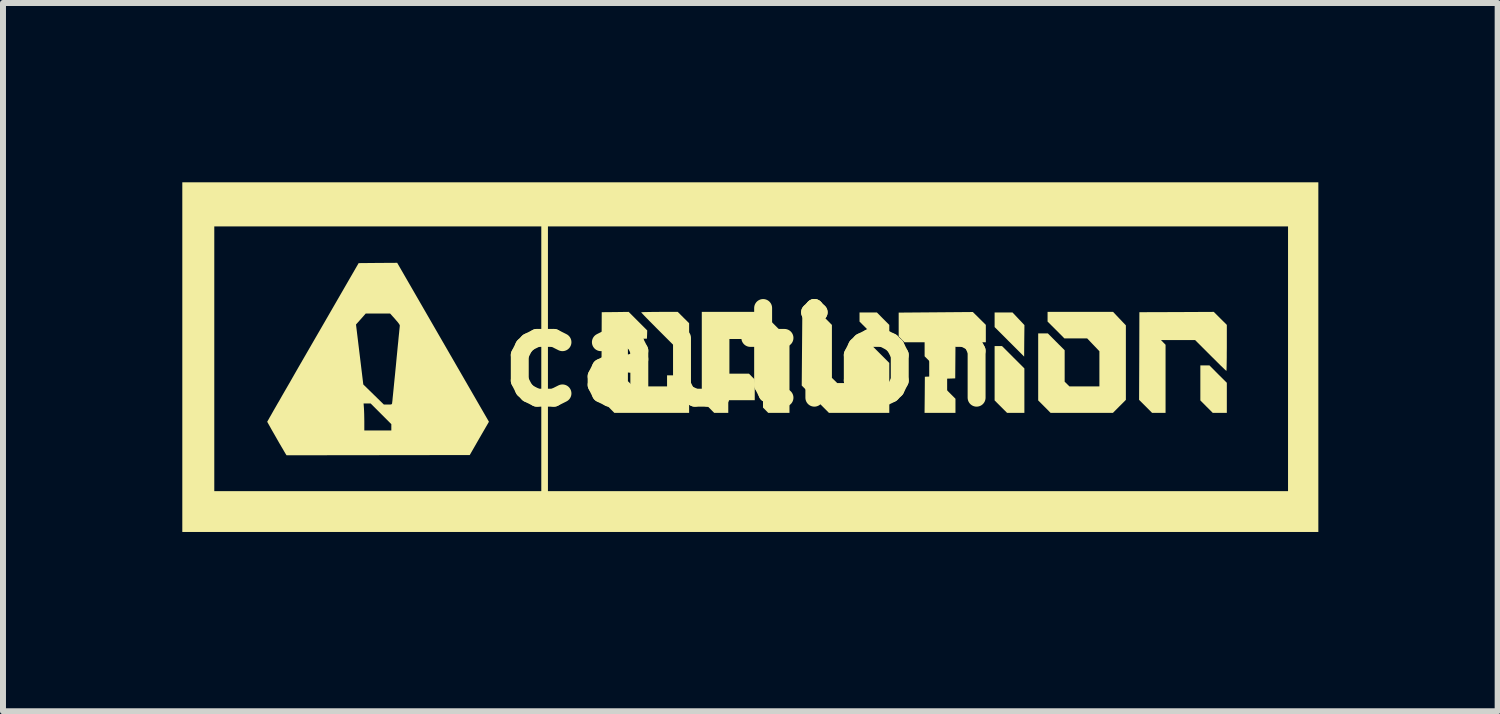
<source format=kicad_pcb>
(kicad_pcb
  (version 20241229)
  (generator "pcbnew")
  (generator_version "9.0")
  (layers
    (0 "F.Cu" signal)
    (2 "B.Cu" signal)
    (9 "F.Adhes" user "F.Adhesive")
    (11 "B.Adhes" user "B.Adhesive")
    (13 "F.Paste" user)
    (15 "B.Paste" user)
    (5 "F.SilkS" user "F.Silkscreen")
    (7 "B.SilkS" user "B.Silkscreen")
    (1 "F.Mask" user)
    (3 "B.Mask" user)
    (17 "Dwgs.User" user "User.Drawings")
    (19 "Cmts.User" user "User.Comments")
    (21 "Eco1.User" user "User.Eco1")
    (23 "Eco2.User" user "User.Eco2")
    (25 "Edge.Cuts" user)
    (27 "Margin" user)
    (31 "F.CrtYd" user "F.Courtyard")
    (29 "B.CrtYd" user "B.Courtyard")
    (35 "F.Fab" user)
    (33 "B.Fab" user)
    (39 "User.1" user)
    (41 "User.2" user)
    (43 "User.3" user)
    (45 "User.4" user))
  (footprint "caution"
    (layer "F.Cu")
    (at 9.503 2.925)
    (property "Reference" "caution" (at 0 0 0) (layer "F.SilkS") (effects (font (size 1.5 1.5) (thickness 0.3))))
    (attr board_only exclude_from_pos_files exclude_from_bom)
    (fp_poly (pts (xy 3.245 0.509) (xy 3.432 0.696) (xy 3.432 0.814) (xy 3.432 0.932) (xy 3.174 0.932) (xy 2.915 0.932) (xy 2.918 0.63) (xy 2.92 0.328) (xy 2.989 0.325) (xy 3.057 0.322)) (stroke (width 0) (type solid)) (fill yes) (layer "F.SilkS"))
    (fp_poly (pts (xy 4.237 -0.747) (xy 4.387 -0.747) (xy 4.486 -0.642) (xy 4.586 -0.536) (xy 4.583 -0.273) (xy 4.581 -0.009) (xy 4.334 -0.256) (xy 4.087 -0.503) (xy 4.087 -0.625) (xy 4.087 -0.747)) (stroke (width 0) (type solid)) (fill yes) (layer "F.SilkS"))
    (fp_poly (pts (xy 2.221 -0.643) (xy 2.325 -0.539) (xy 2.325 -0.39) (xy 2.325 -0.24) (xy 2.253 -0.24) (xy 2.182 -0.24) (xy 2.004 -0.418) (xy 1.827 -0.595) (xy 1.827 -0.671) (xy 1.827 -0.747) (xy 1.972 -0.747) (xy 2.118 -0.747)) (stroke (width 0) (type solid)) (fill yes) (layer "F.SilkS"))
    (fp_poly (pts (xy 4.398 0.002) (xy 4.585 0.189) (xy 4.585 0.56) (xy 4.585 0.932) (xy 4.44 0.932) (xy 4.295 0.932) (xy 4.191 0.828) (xy 4.087 0.724) (xy 4.087 0.27) (xy 4.087 -0.185) (xy 4.149 -0.185) (xy 4.211 -0.185)) (stroke (width 0) (type solid)) (fill yes) (layer "F.SilkS"))
    (fp_poly (pts (xy 7.826 0.284) (xy 7.972 0.429) (xy 7.972 0.681) (xy 7.972 0.932) (xy 7.854 0.932) (xy 7.736 0.932) (xy 7.632 0.828) (xy 7.529 0.724) (xy 7.529 0.431) (xy 7.529 0.138) (xy 7.605 0.138) (xy 7.681 0.138)) (stroke (width 0) (type solid)) (fill yes) (layer "F.SilkS"))
    (fp_poly (pts (xy -1.119 -0.662) (xy -1.024 -0.568) (xy -1.024 -0.339) (xy -1.024 -0.111) (xy -1.11 -0.111) (xy -1.195 -0.111) (xy -1.511 -0.427) (xy -1.574 -0.49) (xy -1.632 -0.549) (xy -1.686 -0.603) (xy -1.732 -0.65) (xy -1.771 -0.69) (xy -1.8 -0.721) (xy -1.819 -0.741) (xy -1.827 -0.75) (xy -1.827 -0.75) (xy -1.818 -0.751) (xy -1.793 -0.753) (xy -1.753 -0.754) (xy -1.702 -0.755) (xy -1.641 -0.756) (xy -1.572 -0.756) (xy -1.52 -0.757) (xy -1.214 -0.757)) (stroke (width 0) (type solid)) (fill yes) (layer "F.SilkS"))
    (fp_poly (pts (xy 1.262 -0.643) (xy 1.365 -0.539) (xy 1.365 -0.096) (xy 1.365 0.347) (xy 1.41 0.39) (xy 1.454 0.434) (xy 1.64 0.434) (xy 1.827 0.434) (xy 1.827 0.092) (xy 1.827 -0.249) (xy 1.903 -0.249) (xy 1.979 -0.249) (xy 2.152 -0.076) (xy 2.325 0.097) (xy 2.325 0.514) (xy 2.325 0.932) (xy 1.82 0.932) (xy 1.315 0.932) (xy 1.087 0.704) (xy 0.86 0.475) (xy 0.865 -0.136) (xy 0.87 -0.747) (xy 1.014 -0.747) (xy 1.158 -0.747)) (stroke (width 0) (type solid)) (fill yes) (layer "F.SilkS"))
    (fp_poly (pts (xy 3.831 -0.648) (xy 3.94 -0.54) (xy 3.94 -0.395) (xy 3.94 -0.249) (xy 3.647 -0.249) (xy 3.355 -0.249) (xy 3.394 -0.209) (xy 3.432 -0.17) (xy 3.43 0.093) (xy 3.428 0.355) (xy 3.358 0.358) (xy 3.289 0.36) (xy 3.102 0.173) (xy 2.916 -0.014) (xy 2.916 -0.132) (xy 2.916 -0.249) (xy 2.747 -0.249) (xy 2.578 -0.249) (xy 2.53 -0.298) (xy 2.482 -0.347) (xy 2.482 -0.546) (xy 2.482 -0.745) (xy 3.102 -0.75) (xy 3.723 -0.755)) (stroke (width 0) (type solid)) (fill yes) (layer "F.SilkS"))
    (fp_poly (pts (xy -1.88 -0.602) (xy -1.725 -0.447) (xy -1.727 -0.378) (xy -1.73 -0.309) (xy -1.889 -0.307) (xy -2.048 -0.304) (xy -2.048 0.049) (xy -2.048 0.402) (xy -2.004 0.446) (xy -1.96 0.489) (xy -1.677 0.489) (xy -1.393 0.489) (xy -1.393 0.397) (xy -1.393 0.304) (xy -1.303 0.304) (xy -1.213 0.304) (xy -1.119 0.399) (xy -1.024 0.494) (xy -1.024 0.713) (xy -1.024 0.932) (xy -1.649 0.932) (xy -2.275 0.932) (xy -2.383 0.823) (xy -2.491 0.715) (xy -2.489 -0.019) (xy -2.486 -0.752) (xy -2.261 -0.754) (xy -2.035 -0.757)) (stroke (width 0) (type solid)) (fill yes) (layer "F.SilkS"))
    (fp_poly (pts (xy 9.503 -0.000001) (xy 9.503 2.925) (xy -0.000001 2.925) (xy -9.503 2.925) (xy -9.503 0.028) (xy -8.968 0.028) (xy -8.968 2.242) (xy -6.232 2.242) (xy -3.497 2.242) (xy -3.497 0.028) (xy -3.386 0.028) (xy -3.386 2.242) (xy 2.805 2.242) (xy 8.996 2.242) (xy 8.996 0.028) (xy 8.996 -2.187) (xy 2.805 -2.187) (xy -3.386 -2.187) (xy -3.386 0.028) (xy -3.497 0.028) (xy -3.497 -2.187) (xy -6.232 -2.187) (xy -8.968 -2.187) (xy -8.968 0.028) (xy -9.503 0.028) (xy -9.503 -0.000001) (xy -9.503 -2.925) (xy -0.000001 -2.925) (xy 9.503 -2.925)) (stroke (width 0) (type solid)) (fill yes) (layer "F.SilkS"))
    (fp_poly (pts (xy 6.176 -0.644) (xy 6.283 -0.532) (xy 6.283 0.091) (xy 6.283 0.715) (xy 6.175 0.823) (xy 6.067 0.932) (xy 5.545 0.932) (xy 5.023 0.932) (xy 4.92 0.828) (xy 4.816 0.724) (xy 4.816 0.164) (xy 4.816 -0.397) (xy 4.897 -0.397) (xy 4.978 -0.397) (xy 5.118 -0.256) (xy 5.259 -0.115) (xy 5.259 0.148) (xy 5.259 0.411) (xy 5.299 0.45) (xy 5.338 0.489) (xy 5.589 0.489) (xy 5.84 0.489) (xy 5.84 0.195) (xy 5.84 -0.099) (xy 5.738 -0.206) (xy 5.635 -0.314) (xy 5.445 -0.314) (xy 5.254 -0.314) (xy 5.114 -0.455) (xy 4.973 -0.595) (xy 4.973 -0.676) (xy 4.973 -0.757) (xy 5.521 -0.757) (xy 6.069 -0.757)) (stroke (width 0) (type solid)) (fill yes) (layer "F.SilkS"))
    (fp_poly (pts (xy 7.863 -0.648) (xy 7.972 -0.54) (xy 7.972 -0.155) (xy 7.971 -0.072) (xy 7.971 0.004) (xy 7.97 0.072) (xy 7.969 0.131) (xy 7.968 0.178) (xy 7.967 0.211) (xy 7.965 0.228) (xy 7.965 0.231) (xy 7.957 0.224) (xy 7.937 0.206) (xy 7.908 0.178) (xy 7.869 0.141) (xy 7.824 0.096) (xy 7.773 0.045) (xy 7.717 -0.01) (xy 7.699 -0.028) (xy 7.441 -0.286) (xy 7.155 -0.286) (xy 6.87 -0.286) (xy 6.909 -0.246) (xy 6.947 -0.207) (xy 6.947 0.362) (xy 6.947 0.932) (xy 6.834 0.932) (xy 6.721 0.932) (xy 6.613 0.823) (xy 6.504 0.715) (xy 6.507 -0.019) (xy 6.509 -0.752) (xy 7.132 -0.754) (xy 7.754 -0.757)) (stroke (width 0) (type solid)) (fill yes) (layer "F.SilkS"))
    (fp_poly (pts (xy 0.422 -0.524) (xy 0.655 -0.29) (xy 0.655 0.321) (xy 0.655 0.932) (xy 0.477 0.932) (xy 0.299 0.932) (xy 0.256 0.888) (xy 0.212 0.844) (xy 0.212 0.364) (xy 0.212 -0.115) (xy 0.111 -0.21) (xy 0.011 -0.304) (xy -0.218 -0.304) (xy -0.447 -0.304) (xy -0.408 -0.265) (xy -0.369 -0.225) (xy -0.369 0.026) (xy -0.369 0.277) (xy -0.196 0.277) (xy -0.022 0.277) (xy 0.026 0.326) (xy 0.074 0.374) (xy 0.074 0.547) (xy 0.074 0.72) (xy -0.148 0.72) (xy -0.369 0.72) (xy -0.369 0.826) (xy -0.369 0.932) (xy -0.487 0.932) (xy -0.605 0.932) (xy -0.708 0.828) (xy -0.812 0.724) (xy -0.812 -0.016) (xy -0.812 -0.757) (xy -0.311 -0.757) (xy 0.189 -0.757)) (stroke (width 0) (type solid)) (fill yes) (layer "F.SilkS"))
    (fp_poly (pts (xy -5.141 -0.249) (xy -4.373 1.081) (xy -4.534 1.359) (xy -4.694 1.638) (xy -6.226 1.64) (xy -7.759 1.642) (xy -7.772 1.622) (xy -7.783 1.604) (xy -7.8 1.575) (xy -7.823 1.535) (xy -7.851 1.488) (xy -7.882 1.435) (xy -7.914 1.379) (xy -7.947 1.321) (xy -7.979 1.265) (xy -8.009 1.213) (xy -8.035 1.166) (xy -8.057 1.127) (xy -8.073 1.099) (xy -8.081 1.083) (xy -8.082 1.081) (xy -8.078 1.072) (xy -8.064 1.049) (xy -8.043 1.011) (xy -8.013 0.959) (xy -7.977 0.895) (xy -7.933 0.819) (xy -7.908 0.775) (xy -6.47 0.775) (xy -6.464 0.859) (xy -6.462 0.901) (xy -6.46 0.954) (xy -6.459 1.013) (xy -6.458 1.072) (xy -6.458 1.086) (xy -6.458 1.227) (xy -6.232 1.227) (xy -6.006 1.227) (xy -6.006 1.174) (xy -6.006 1.121) (xy -6.179 0.948) (xy -6.352 0.775) (xy -6.411 0.775) (xy -6.47 0.775) (xy -7.908 0.775) (xy -7.883 0.733) (xy -7.828 0.636) (xy -7.766 0.529) (xy -7.7 0.415) (xy -7.63 0.292) (xy -7.556 0.163) (xy -7.478 0.028) (xy -7.397 -0.112) (xy -7.318 -0.249) (xy -7.146 -0.546) (xy -6.597 -0.546) (xy -6.536 -0.044) (xy -6.475 0.457) (xy -6.303 0.625) (xy -6.131 0.793) (xy -6.064 0.793) (xy -6.029 0.793) (xy -6.009 0.791) (xy -5.999 0.786) (xy -5.994 0.776) (xy -5.993 0.773) (xy -5.992 0.76) (xy -5.988 0.731) (xy -5.984 0.686) (xy -5.978 0.628) (xy -5.971 0.558) (xy -5.963 0.477) (xy -5.954 0.386) (xy -5.944 0.289) (xy -5.934 0.185) (xy -5.928 0.125) (xy -5.918 0.018) (xy -5.908 -0.083) (xy -5.899 -0.177) (xy -5.89 -0.264) (xy -5.883 -0.34) (xy -5.876 -0.406) (xy -5.871 -0.459) (xy -5.867 -0.497) (xy -5.865 -0.519) (xy -5.864 -0.524) (xy -5.866 -0.537) (xy -5.877 -0.556) (xy -5.897 -0.583) (xy -5.928 -0.619) (xy -5.943 -0.637) (xy -6.026 -0.729) (xy -6.231 -0.729) (xy -6.435 -0.729) (xy -6.516 -0.637) (xy -6.597 -0.546) (xy -7.146 -0.546) (xy -6.553 -1.573) (xy -6.231 -1.576) (xy -5.908 -1.578)) (stroke (width 0) (type solid)) (fill yes) (layer "F.SilkS")))
  (gr_rect
    (start -3 -3)
    (end 22.006 8.849)
    (stroke (width 0.1) (type default))
    (fill no)
    (layer "Edge.Cuts")))
</source>
